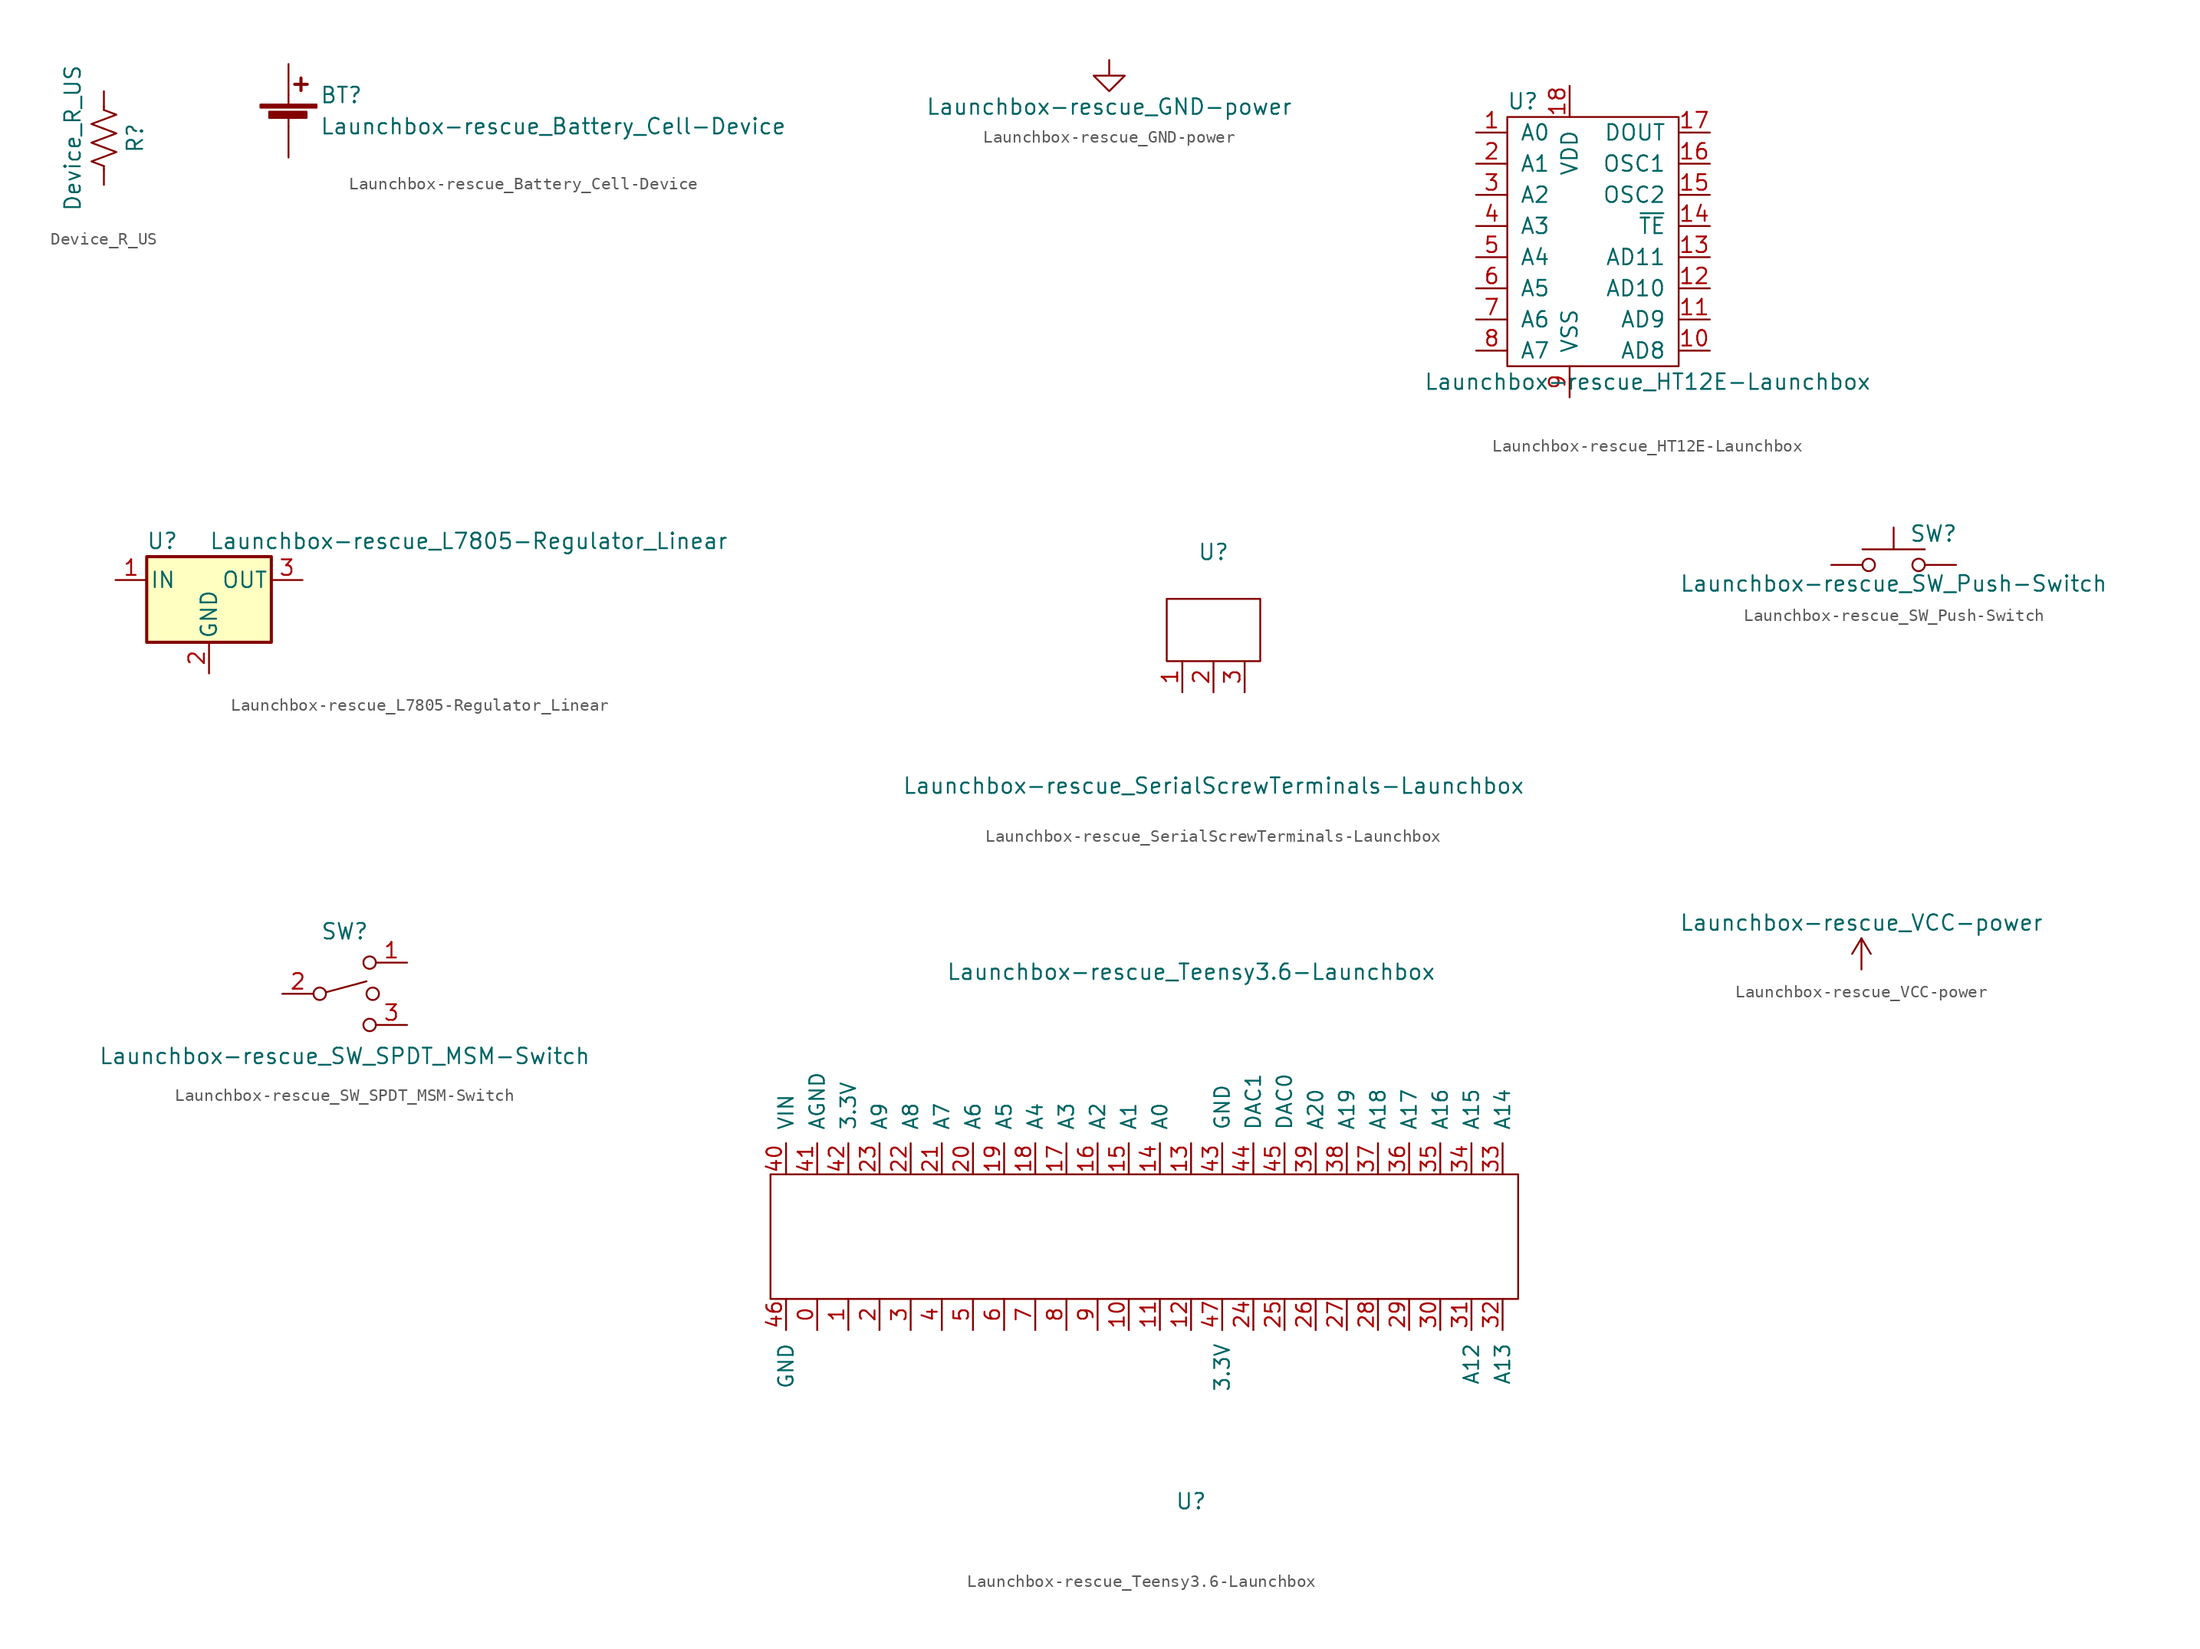
<source format=kicad_sym>
(kicad_symbol_lib
  (version 20211014)
  (generator kicad_symbol_editor)
  (symbol "Device_R_US"
    (pin_numbers hide)
    (pin_names
      (offset 0))
    (property "Reference" "R"
      (at 2.54 0 90)
      (effects (font (size 1.27 1.27))))
    (property "Value" "Device_R_US"
      (at -2.54 0 90)
      (effects (font (size 1.27 1.27))))
    (symbol "Device_R_US_0_1"
      (polyline (pts (xy 0 -2.286) (xy 0 -2.54)) (stroke (width 0) (type default) (color 0 0 0 0)) (fill (type none)))
      (polyline (pts (xy 0 2.286) (xy 0 2.54)) (stroke (width 0) (type default) (color 0 0 0 0)) (fill (type none)))
      (polyline (pts (xy 0 -0.762) (xy 1.016 -1.143) (xy 0 -1.524) (xy -1.016 -1.905) (xy 0 -2.286)) (stroke (width 0) (type default) (color 0 0 0 0)) (fill (type none)))
      (polyline (pts (xy 0 0.762) (xy 1.016 0.381) (xy 0 0) (xy -1.016 -0.381) (xy 0 -0.762)) (stroke (width 0) (type default) (color 0 0 0 0)) (fill (type none)))
      (polyline (pts (xy 0 2.286) (xy 1.016 1.905) (xy 0 1.524) (xy -1.016 1.143) (xy 0 0.762)) (stroke (width 0) (type default) (color 0 0 0 0)) (fill (type none))))
    (symbol "Device_R_US_1_1"
      (pin passive line (at 0 3.81 270) (length 1.27) (name "~" (effects (font (size 1.27 1.27)))) (number "1" (effects (font (size 1.27 1.27)))))
      (pin passive line (at 0 -3.81 90) (length 1.27) (name "~" (effects (font (size 1.27 1.27)))) (number "2" (effects (font (size 1.27 1.27)))))))
  (symbol "Launchbox-rescue_Battery_Cell-Device"
    (pin_numbers hide)
    (pin_names
      (offset 0) hide)
    (property "Reference" "BT"
      (at 2.54 2.54 0)
      (effects (font (size 1.27 1.27)) (justify left)))
    (property "Value" "Launchbox-rescue_Battery_Cell-Device"
      (at 2.54 0 0)
      (effects (font (size 1.27 1.27)) (justify left)))
    (symbol "Launchbox-rescue_Battery_Cell-Device_0_1"
      (rectangle (start -2.286 1.778) (end 2.286 1.524) (stroke (width 0) (type default) (color 0 0 0 0)) (fill (type outline)))
      (rectangle (start -1.575 1.194) (end 1.473 0.686) (stroke (width 0) (type default) (color 0 0 0 0)) (fill (type outline)))
      (polyline (pts (xy 0 0.762) (xy 0 0)) (stroke (width 0) (type default) (color 0 0 0 0)) (fill (type none)))
      (polyline (pts (xy 0 1.778) (xy 0 2.54)) (stroke (width 0) (type default) (color 0 0 0 0)) (fill (type none)))
      (polyline (pts (xy 0.508 3.429) (xy 1.524 3.429)) (stroke (width 0.254) (type default) (color 0 0 0 0)) (fill (type none)))
      (polyline (pts (xy 1.016 3.937) (xy 1.016 2.921)) (stroke (width 0.254) (type default) (color 0 0 0 0)) (fill (type none))))
    (symbol "Launchbox-rescue_Battery_Cell-Device_1_1"
      (pin passive line (at 0 5.08 270) (length 2.54) (name "+" (effects (font (size 1.27 1.27)))) (number "1" (effects (font (size 1.27 1.27)))))
      (pin passive line (at 0 -2.54 90) (length 2.54) (name "-" (effects (font (size 1.27 1.27)))) (number "2" (effects (font (size 1.27 1.27)))))))
  (symbol "Launchbox-rescue_GND-power"
    (power)
    (pin_names
      (offset 0))
    (property "Reference" "#PWR"
      (at 0 -6.35 0)
      (effects (font (size 1.27 1.27)) hide))
    (property "Value" "Launchbox-rescue_GND-power"
      (at 0 -3.81 0)
      (effects (font (size 1.27 1.27))))
    (symbol "Launchbox-rescue_GND-power_0_1"
      (polyline (pts (xy 0 0) (xy 0 -1.27) (xy 1.27 -1.27) (xy 0 -2.54) (xy -1.27 -1.27) (xy 0 -1.27)) (stroke (width 0) (type default) (color 0 0 0 0)) (fill (type none))))
    (symbol "Launchbox-rescue_GND-power_1_1"
      (pin power_in line (at 0 0 270) (length 0) hide (name "GND" (effects (font (size 1.27 1.27)))) (number "1" (effects (font (size 1.27 1.27)))))))
  (symbol "Launchbox-rescue_HT12E-Launchbox"
    (pin_names
      (offset 1.016))
    (property "Reference" "U"
      (at -1.27 11.43 0)
      (effects (font (size 1.27 1.27))))
    (property "Value" "Launchbox-rescue_HT12E-Launchbox"
      (at 8.89 -11.43 0)
      (effects (font (size 1.27 1.27))))
    (symbol "Launchbox-rescue_HT12E-Launchbox_0_1"
      (rectangle (start -2.54 10.16) (end 11.43 -10.16) (stroke (width 0) (type default) (color 0 0 0 0)) (fill (type none))))
    (symbol "Launchbox-rescue_HT12E-Launchbox_1_1"
      (pin input line (at -5.08 8.89 0) (length 2.54) (name "A0" (effects (font (size 1.27 1.27)))) (number "1" (effects (font (size 1.27 1.27)))))
      (pin input line (at 13.97 -8.89 180) (length 2.54) (name "AD8" (effects (font (size 1.27 1.27)))) (number "10" (effects (font (size 1.27 1.27)))))
      (pin input line (at 13.97 -6.35 180) (length 2.54) (name "AD9" (effects (font (size 1.27 1.27)))) (number "11" (effects (font (size 1.27 1.27)))))
      (pin input line (at 13.97 -3.81 180) (length 2.54) (name "AD10" (effects (font (size 1.27 1.27)))) (number "12" (effects (font (size 1.27 1.27)))))
      (pin input line (at 13.97 -1.27 180) (length 2.54) (name "AD11" (effects (font (size 1.27 1.27)))) (number "13" (effects (font (size 1.27 1.27)))))
      (pin input line (at 13.97 1.27 180) (length 2.54) (name "~{TE}" (effects (font (size 1.27 1.27)))) (number "14" (effects (font (size 1.27 1.27)))))
      (pin input line (at 13.97 3.81 180) (length 2.54) (name "OSC2" (effects (font (size 1.27 1.27)))) (number "15" (effects (font (size 1.27 1.27)))))
      (pin input line (at 13.97 6.35 180) (length 2.54) (name "OSC1" (effects (font (size 1.27 1.27)))) (number "16" (effects (font (size 1.27 1.27)))))
      (pin input line (at 13.97 8.89 180) (length 2.54) (name "DOUT" (effects (font (size 1.27 1.27)))) (number "17" (effects (font (size 1.27 1.27)))))
      (pin input line (at 2.54 12.7 270) (length 2.54) (name "VDD" (effects (font (size 1.27 1.27)))) (number "18" (effects (font (size 1.27 1.27)))))
      (pin input line (at -5.08 6.35 0) (length 2.54) (name "A1" (effects (font (size 1.27 1.27)))) (number "2" (effects (font (size 1.27 1.27)))))
      (pin input line (at -5.08 3.81 0) (length 2.54) (name "A2" (effects (font (size 1.27 1.27)))) (number "3" (effects (font (size 1.27 1.27)))))
      (pin input line (at -5.08 1.27 0) (length 2.54) (name "A3" (effects (font (size 1.27 1.27)))) (number "4" (effects (font (size 1.27 1.27)))))
      (pin input line (at -5.08 -1.27 0) (length 2.54) (name "A4" (effects (font (size 1.27 1.27)))) (number "5" (effects (font (size 1.27 1.27)))))
      (pin input line (at -5.08 -3.81 0) (length 2.54) (name "A5" (effects (font (size 1.27 1.27)))) (number "6" (effects (font (size 1.27 1.27)))))
      (pin input line (at -5.08 -6.35 0) (length 2.54) (name "A6" (effects (font (size 1.27 1.27)))) (number "7" (effects (font (size 1.27 1.27)))))
      (pin input line (at -5.08 -8.89 0) (length 2.54) (name "A7" (effects (font (size 1.27 1.27)))) (number "8" (effects (font (size 1.27 1.27)))))
      (pin input line (at 2.54 -12.7 90) (length 2.54) (name "VSS" (effects (font (size 1.27 1.27)))) (number "9" (effects (font (size 1.27 1.27)))))))
  (symbol "Launchbox-rescue_L7805-Regulator_Linear"
    (pin_names
      (offset 0.254))
    (property "Reference" "U"
      (at -3.81 3.175 0)
      (effects (font (size 1.27 1.27))))
    (property "Value" "Launchbox-rescue_L7805-Regulator_Linear"
      (at 0 3.175 0)
      (effects (font (size 1.27 1.27)) (justify left)))
    (symbol "Launchbox-rescue_L7805-Regulator_Linear_0_1"
      (rectangle (start -5.08 1.905) (end 5.08 -5.08) (stroke (width 0.254) (type default) (color 0 0 0 0)) (fill (type background))))
    (symbol "Launchbox-rescue_L7805-Regulator_Linear_1_1"
      (pin power_in line (at -7.62 0 0) (length 2.54) (name "IN" (effects (font (size 1.27 1.27)))) (number "1" (effects (font (size 1.27 1.27)))))
      (pin power_in line (at 0 -7.62 90) (length 2.54) (name "GND" (effects (font (size 1.27 1.27)))) (number "2" (effects (font (size 1.27 1.27)))))
      (pin power_out line (at 7.62 0 180) (length 2.54) (name "OUT" (effects (font (size 1.27 1.27)))) (number "3" (effects (font (size 1.27 1.27)))))))
  (symbol "Launchbox-rescue_SerialScrewTerminals-Launchbox"
    (pin_names
      (offset 1.016))
    (property "Reference" "U"
      (at 0 8.89 0)
      (effects (font (size 1.27 1.27))))
    (property "Value" "Launchbox-rescue_SerialScrewTerminals-Launchbox"
      (at 0 -10.16 0)
      (effects (font (size 1.27 1.27))))
    (symbol "Launchbox-rescue_SerialScrewTerminals-Launchbox_0_1"
      (rectangle (start -3.81 0) (end 3.81 5.08) (stroke (width 0) (type default) (color 0 0 0 0)) (fill (type none))))
    (symbol "Launchbox-rescue_SerialScrewTerminals-Launchbox_1_1"
      (pin input line (at -2.54 0 270) (length 2.54) (name "~" (effects (font (size 1.27 1.27)))) (number "1" (effects (font (size 1.27 1.27)))))
      (pin input line (at 0 0 270) (length 2.54) (name "~" (effects (font (size 1.27 1.27)))) (number "2" (effects (font (size 1.27 1.27)))))
      (pin input line (at 2.54 0 270) (length 2.54) (name "~" (effects (font (size 1.27 1.27)))) (number "3" (effects (font (size 1.27 1.27)))))))
  (symbol "Launchbox-rescue_SW_Push-Switch"
    (pin_numbers hide)
    (pin_names
      (offset 1.016) hide)
    (property "Reference" "SW"
      (at 1.27 2.54 0)
      (effects (font (size 1.27 1.27)) (justify left)))
    (property "Value" "Launchbox-rescue_SW_Push-Switch"
      (at 0 -1.524 0)
      (effects (font (size 1.27 1.27))))
    (symbol "Launchbox-rescue_SW_Push-Switch_0_1"
      (circle (center -2.032 0) (radius 0.508) (stroke (width 0) (type default) (color 0 0 0 0)) (fill (type none)))
      (polyline (pts (xy 0 1.27) (xy 0 3.048)) (stroke (width 0) (type default) (color 0 0 0 0)) (fill (type none)))
      (polyline (pts (xy 2.54 1.27) (xy -2.54 1.27)) (stroke (width 0) (type default) (color 0 0 0 0)) (fill (type none)))
      (circle (center 2.032 0) (radius 0.508) (stroke (width 0) (type default) (color 0 0 0 0)) (fill (type none)))
      (pin passive line (at -5.08 0 0) (length 2.54) (name "1" (effects (font (size 1.27 1.27)))) (number "1" (effects (font (size 1.27 1.27)))))
      (pin passive line (at 5.08 0 180) (length 2.54) (name "2" (effects (font (size 1.27 1.27)))) (number "2" (effects (font (size 1.27 1.27)))))))
  (symbol "Launchbox-rescue_SW_SPDT_MSM-Switch"
    (pin_names
      (offset 0) hide)
    (property "Reference" "SW"
      (at 0 5.08 0)
      (effects (font (size 1.27 1.27))))
    (property "Value" "Launchbox-rescue_SW_SPDT_MSM-Switch"
      (at 0 -5.08 0)
      (effects (font (size 1.27 1.27))))
    (symbol "Launchbox-rescue_SW_SPDT_MSM-Switch_0_0"
      (circle (center -2.032 0) (radius 0.508) (stroke (width 0) (type default) (color 0 0 0 0)) (fill (type none)))
      (polyline (pts (xy -1.524 0.127) (xy 1.778 1.016)) (stroke (width 0) (type default) (color 0 0 0 0)) (fill (type none)))
      (circle (center 2.032 -2.54) (radius 0.508) (stroke (width 0) (type default) (color 0 0 0 0)) (fill (type none))))
    (symbol "Launchbox-rescue_SW_SPDT_MSM-Switch_0_1"
      (circle (center 2.032 2.54) (radius 0.508) (stroke (width 0) (type default) (color 0 0 0 0)) (fill (type none)))
      (circle (center 2.286 0) (radius 0.508) (stroke (width 0) (type default) (color 0 0 0 0)) (fill (type none))))
    (symbol "Launchbox-rescue_SW_SPDT_MSM-Switch_1_1"
      (pin passive line (at 5.08 2.54 180) (length 2.54) (name "1" (effects (font (size 1.27 1.27)))) (number "1" (effects (font (size 1.27 1.27)))))
      (pin passive line (at -5.08 0 0) (length 2.54) (name "2" (effects (font (size 1.27 1.27)))) (number "2" (effects (font (size 1.27 1.27)))))
      (pin passive line (at 5.08 -2.54 180) (length 2.54) (name "3" (effects (font (size 1.27 1.27)))) (number "3" (effects (font (size 1.27 1.27)))))))
  (symbol "Launchbox-rescue_Teensy3.6-Launchbox"
    (pin_names
      (offset 1.016))
    (property "Reference" "U"
      (at 0 -21.59 0)
      (effects (font (size 1.27 1.27))))
    (property "Value" "Launchbox-rescue_Teensy3.6-Launchbox"
      (at 0 21.59 0)
      (effects (font (size 1.27 1.27))))
    (symbol "Launchbox-rescue_Teensy3.6-Launchbox_0_1"
      (rectangle (start -34.29 5.08) (end 26.67 -5.08) (stroke (width 0) (type default) (color 0 0 0 0)) (fill (type none))))
    (symbol "Launchbox-rescue_Teensy3.6-Launchbox_1_1"
      (pin input line (at -30.48 -5.08 270) (length 2.54) (name "~" (effects (font (size 1.194 1.194)))) (number "0" (effects (font (size 1.194 1.194)))))
      (pin input line (at -27.94 -5.08 270) (length 2.54) (name "~" (effects (font (size 1.194 1.194)))) (number "1" (effects (font (size 1.194 1.194)))))
      (pin input line (at -5.08 -5.08 270) (length 2.54) (name "~" (effects (font (size 1.194 1.194)))) (number "10" (effects (font (size 1.194 1.194)))))
      (pin input line (at -2.54 -5.08 270) (length 2.54) (name "~" (effects (font (size 1.194 1.194)))) (number "11" (effects (font (size 1.194 1.194)))))
      (pin input line (at 0 -5.08 270) (length 2.54) (name "~" (effects (font (size 1.194 1.194)))) (number "12" (effects (font (size 1.194 1.194)))))
      (pin input line (at 0 5.08 90) (length 2.54) (name "~" (effects (font (size 1.194 1.194)))) (number "13" (effects (font (size 1.194 1.194)))))
      (pin input line (at -2.54 5.08 90) (length 2.54) (name "A0" (effects (font (size 1.194 1.194)))) (number "14" (effects (font (size 1.194 1.194)))))
      (pin input line (at -5.08 5.08 90) (length 2.54) (name "A1" (effects (font (size 1.194 1.194)))) (number "15" (effects (font (size 1.194 1.194)))))
      (pin input line (at -7.62 5.08 90) (length 2.54) (name "A2" (effects (font (size 1.194 1.194)))) (number "16" (effects (font (size 1.194 1.194)))))
      (pin input line (at -10.16 5.08 90) (length 2.54) (name "A3" (effects (font (size 1.194 1.194)))) (number "17" (effects (font (size 1.194 1.194)))))
      (pin input line (at -12.7 5.08 90) (length 2.54) (name "A4" (effects (font (size 1.194 1.194)))) (number "18" (effects (font (size 1.194 1.194)))))
      (pin input line (at -15.24 5.08 90) (length 2.54) (name "A5" (effects (font (size 1.194 1.194)))) (number "19" (effects (font (size 1.194 1.194)))))
      (pin input line (at -25.4 -5.08 270) (length 2.54) (name "~" (effects (font (size 1.194 1.194)))) (number "2" (effects (font (size 1.194 1.194)))))
      (pin input line (at -17.78 5.08 90) (length 2.54) (name "A6" (effects (font (size 1.194 1.194)))) (number "20" (effects (font (size 1.194 1.194)))))
      (pin input line (at -20.32 5.08 90) (length 2.54) (name "A7" (effects (font (size 1.194 1.194)))) (number "21" (effects (font (size 1.194 1.194)))))
      (pin input line (at -22.86 5.08 90) (length 2.54) (name "A8" (effects (font (size 1.194 1.194)))) (number "22" (effects (font (size 1.194 1.194)))))
      (pin input line (at -25.4 5.08 90) (length 2.54) (name "A9" (effects (font (size 1.194 1.194)))) (number "23" (effects (font (size 1.194 1.194)))))
      (pin input line (at 5.08 -5.08 270) (length 2.54) (name "~" (effects (font (size 1.194 1.194)))) (number "24" (effects (font (size 1.194 1.194)))))
      (pin input line (at 7.62 -5.08 270) (length 2.54) (name "~" (effects (font (size 1.194 1.194)))) (number "25" (effects (font (size 1.194 1.194)))))
      (pin input line (at 10.16 -5.08 270) (length 2.54) (name "~" (effects (font (size 1.194 1.194)))) (number "26" (effects (font (size 1.194 1.194)))))
      (pin input line (at 12.7 -5.08 270) (length 2.54) (name "~" (effects (font (size 1.194 1.194)))) (number "27" (effects (font (size 1.194 1.194)))))
      (pin input line (at 15.24 -5.08 270) (length 2.54) (name "~" (effects (font (size 1.194 1.194)))) (number "28" (effects (font (size 1.194 1.194)))))
      (pin input line (at 17.78 -5.08 270) (length 2.54) (name "~" (effects (font (size 1.194 1.194)))) (number "29" (effects (font (size 1.194 1.194)))))
      (pin input line (at -22.86 -5.08 270) (length 2.54) (name "~" (effects (font (size 1.194 1.194)))) (number "3" (effects (font (size 1.194 1.194)))))
      (pin input line (at 20.32 -5.08 270) (length 2.54) (name "~" (effects (font (size 1.194 1.194)))) (number "30" (effects (font (size 1.194 1.194)))))
      (pin input line (at 22.86 -5.08 270) (length 2.54) (name "A12" (effects (font (size 1.194 1.194)))) (number "31" (effects (font (size 1.194 1.194)))))
      (pin input line (at 25.4 -5.08 270) (length 2.54) (name "A13" (effects (font (size 1.194 1.194)))) (number "32" (effects (font (size 1.194 1.194)))))
      (pin input line (at 25.4 5.08 90) (length 2.54) (name "A14" (effects (font (size 1.194 1.194)))) (number "33" (effects (font (size 1.194 1.194)))))
      (pin input line (at 22.86 5.08 90) (length 2.54) (name "A15" (effects (font (size 1.194 1.194)))) (number "34" (effects (font (size 1.194 1.194)))))
      (pin input line (at 20.32 5.08 90) (length 2.54) (name "A16" (effects (font (size 1.194 1.194)))) (number "35" (effects (font (size 1.194 1.194)))))
      (pin input line (at 17.78 5.08 90) (length 2.54) (name "A17" (effects (font (size 1.194 1.194)))) (number "36" (effects (font (size 1.194 1.194)))))
      (pin input line (at 15.24 5.08 90) (length 2.54) (name "A18" (effects (font (size 1.194 1.194)))) (number "37" (effects (font (size 1.194 1.194)))))
      (pin input line (at 12.7 5.08 90) (length 2.54) (name "A19" (effects (font (size 1.194 1.194)))) (number "38" (effects (font (size 1.194 1.194)))))
      (pin input line (at 10.16 5.08 90) (length 2.54) (name "A20" (effects (font (size 1.194 1.194)))) (number "39" (effects (font (size 1.194 1.194)))))
      (pin input line (at -20.32 -5.08 270) (length 2.54) (name "~" (effects (font (size 1.194 1.194)))) (number "4" (effects (font (size 1.194 1.194)))))
      (pin input line (at -33.02 5.08 90) (length 2.54) (name "VIN" (effects (font (size 1.194 1.194)))) (number "40" (effects (font (size 1.194 1.194)))))
      (pin input line (at -30.48 5.08 90) (length 2.54) (name "AGND" (effects (font (size 1.194 1.194)))) (number "41" (effects (font (size 1.194 1.194)))))
      (pin input line (at -27.94 5.08 90) (length 2.54) (name "3.3V" (effects (font (size 1.194 1.194)))) (number "42" (effects (font (size 1.194 1.194)))))
      (pin input line (at 2.54 5.08 90) (length 2.54) (name "GND" (effects (font (size 1.194 1.194)))) (number "43" (effects (font (size 1.194 1.194)))))
      (pin input line (at 5.08 5.08 90) (length 2.54) (name "DAC1" (effects (font (size 1.194 1.194)))) (number "44" (effects (font (size 1.194 1.194)))))
      (pin input line (at 7.62 5.08 90) (length 2.54) (name "DAC0" (effects (font (size 1.194 1.194)))) (number "45" (effects (font (size 1.194 1.194)))))
      (pin input line (at -33.02 -5.08 270) (length 2.54) (name "GND" (effects (font (size 1.194 1.194)))) (number "46" (effects (font (size 1.194 1.194)))))
      (pin input line (at 2.54 -5.08 270) (length 2.54) (name "3.3V" (effects (font (size 1.194 1.194)))) (number "47" (effects (font (size 1.194 1.194)))))
      (pin input line (at -17.78 -5.08 270) (length 2.54) (name "~" (effects (font (size 1.194 1.194)))) (number "5" (effects (font (size 1.194 1.194)))))
      (pin input line (at -15.24 -5.08 270) (length 2.54) (name "~" (effects (font (size 1.194 1.194)))) (number "6" (effects (font (size 1.194 1.194)))))
      (pin input line (at -12.7 -5.08 270) (length 2.54) (name "~" (effects (font (size 1.194 1.194)))) (number "7" (effects (font (size 1.194 1.194)))))
      (pin input line (at -10.16 -5.08 270) (length 2.54) (name "~" (effects (font (size 1.194 1.194)))) (number "8" (effects (font (size 1.194 1.194)))))
      (pin input line (at -7.62 -5.08 270) (length 2.54) (name "~" (effects (font (size 1.194 1.194)))) (number "9" (effects (font (size 1.194 1.194)))))))
  (symbol "Launchbox-rescue_VCC-power"
    (power)
    (pin_names
      (offset 0))
    (property "Reference" "#PWR"
      (at 0 -3.81 0)
      (effects (font (size 1.27 1.27)) hide))
    (property "Value" "Launchbox-rescue_VCC-power"
      (at 0 3.81 0)
      (effects (font (size 1.27 1.27))))
    (symbol "Launchbox-rescue_VCC-power_0_1"
      (polyline (pts (xy -0.762 1.27) (xy 0 2.54)) (stroke (width 0) (type default) (color 0 0 0 0)) (fill (type none)))
      (polyline (pts (xy 0 0) (xy 0 2.54)) (stroke (width 0) (type default) (color 0 0 0 0)) (fill (type none)))
      (polyline (pts (xy 0 2.54) (xy 0.762 1.27)) (stroke (width 0) (type default) (color 0 0 0 0)) (fill (type none))))
    (symbol "Launchbox-rescue_VCC-power_1_1"
      (pin power_in line (at 0 0 90) (length 0) hide (name "VCC" (effects (font (size 1.27 1.27)))) (number "1" (effects (font (size 1.27 1.27))))))))
</source>
